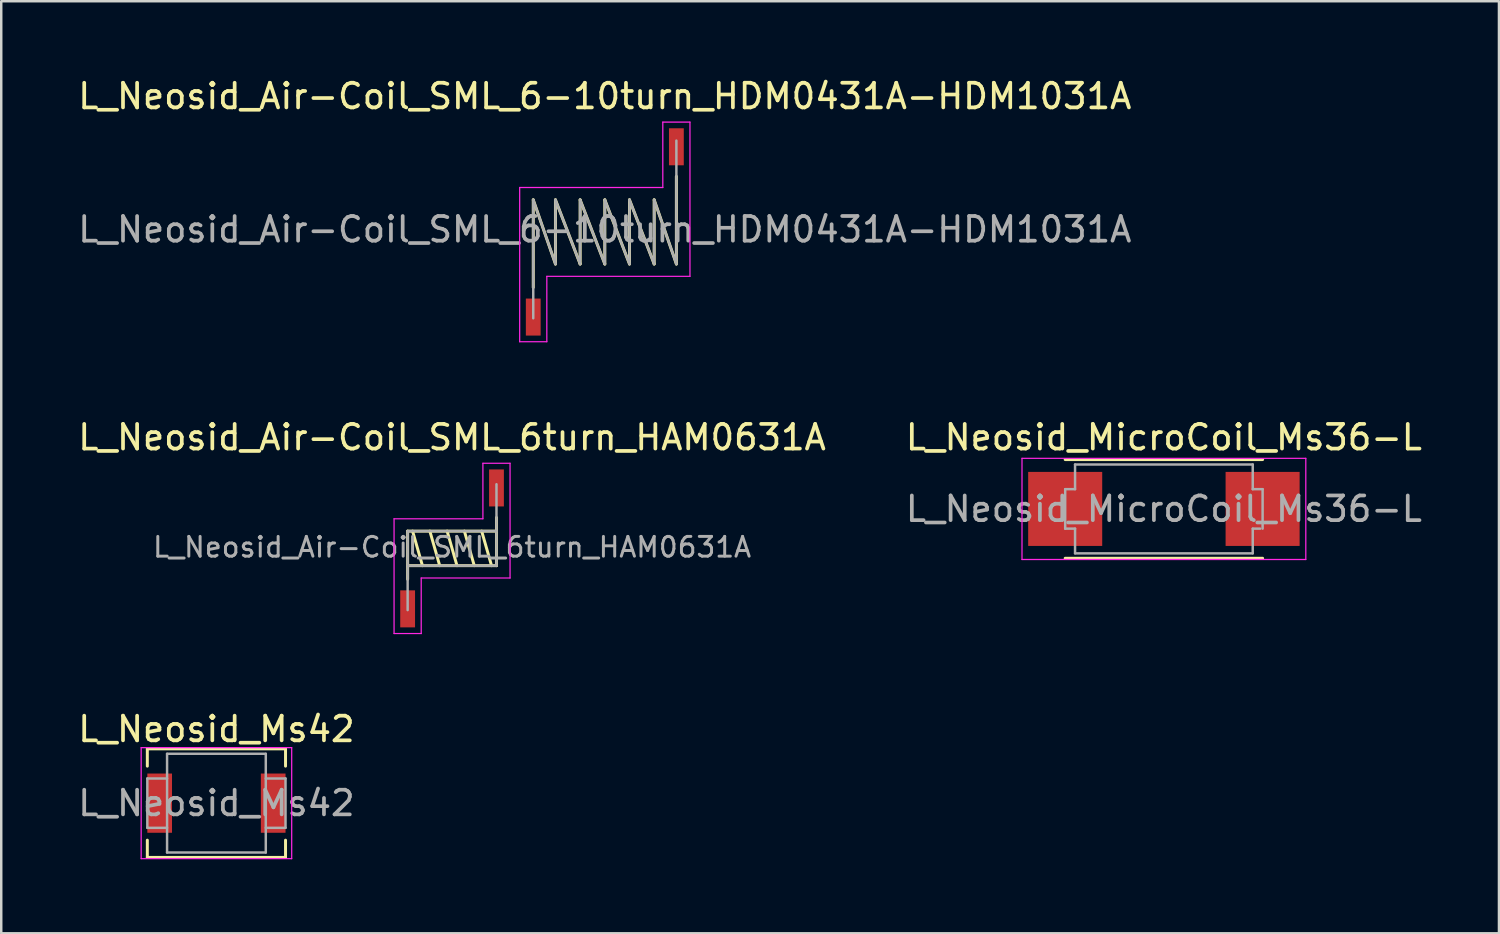
<source format=kicad_pcb>
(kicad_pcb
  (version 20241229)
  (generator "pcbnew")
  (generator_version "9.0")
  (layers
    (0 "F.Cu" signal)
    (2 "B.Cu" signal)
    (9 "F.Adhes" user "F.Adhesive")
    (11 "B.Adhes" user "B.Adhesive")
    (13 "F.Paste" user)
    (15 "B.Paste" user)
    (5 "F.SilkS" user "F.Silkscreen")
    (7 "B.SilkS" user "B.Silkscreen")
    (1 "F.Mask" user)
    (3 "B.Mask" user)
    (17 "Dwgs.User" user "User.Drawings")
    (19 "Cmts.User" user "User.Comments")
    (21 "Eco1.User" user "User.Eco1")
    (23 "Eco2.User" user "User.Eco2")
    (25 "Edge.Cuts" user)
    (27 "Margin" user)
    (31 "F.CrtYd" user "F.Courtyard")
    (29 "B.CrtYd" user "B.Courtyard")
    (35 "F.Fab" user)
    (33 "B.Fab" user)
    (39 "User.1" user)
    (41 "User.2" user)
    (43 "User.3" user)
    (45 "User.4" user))
  (footprint "L_Neosid_MicroCoil_Ms36-L"
    (layer "F.Cu")
    (at 44.113 17.572)
    (property "Reference" "L_Neosid_MicroCoil_Ms36-L" (at 0 -2.9 0) (layer "F.SilkS") (effects (font (size 1 1) (thickness 0.15))))
    (attr smd)
    (fp_line (start 4 -2) (end -4 -2) (stroke (width 0.12) (type solid)) (layer "F.SilkS"))
    (fp_line (start 4 2) (end -4 2) (stroke (width 0.12) (type solid)) (layer "F.SilkS"))
    (fp_line (start -5.75 -2.05) (end -5.75 2.05) (stroke (width 0.05) (type solid)) (layer "F.CrtYd"))
    (fp_line (start -5.75 -2.05) (end 5.75 -2.05) (stroke (width 0.05) (type solid)) (layer "F.CrtYd"))
    (fp_line (start 5.75 2.05) (end -5.75 2.05) (stroke (width 0.05) (type solid)) (layer "F.CrtYd"))
    (fp_line (start 5.75 2.05) (end 5.75 -2.05) (stroke (width 0.05) (type solid)) (layer "F.CrtYd"))
    (fp_line (start -4 -0.8) (end -3.6 -0.8) (stroke (width 0.1) (type solid)) (layer "F.Fab"))
    (fp_line (start -4 0.8) (end -4 -0.8) (stroke (width 0.1) (type solid)) (layer "F.Fab"))
    (fp_line (start -4 0.8) (end -3.6 0.8) (stroke (width 0.1) (type solid)) (layer "F.Fab"))
    (fp_line (start -3.6 -1.8) (end 3.6 -1.8) (stroke (width 0.1) (type solid)) (layer "F.Fab"))
    (fp_line (start -3.6 -0.8) (end -3.6 -1.8) (stroke (width 0.1) (type solid)) (layer "F.Fab"))
    (fp_line (start -3.6 1.8) (end -3.6 0.8) (stroke (width 0.1) (type solid)) (layer "F.Fab"))
    (fp_line (start 3.6 -0.8) (end 3.6 -1.8) (stroke (width 0.1) (type solid)) (layer "F.Fab"))
    (fp_line (start 3.6 0.8) (end 3.9 0.8) (stroke (width 0.1) (type solid)) (layer "F.Fab"))
    (fp_line (start 3.6 1.8) (end -3.6 1.8) (stroke (width 0.1) (type solid)) (layer "F.Fab"))
    (fp_line (start 3.6 1.8) (end 3.6 0.8) (stroke (width 0.1) (type solid)) (layer "F.Fab"))
    (fp_line (start 4 -0.8) (end 3.6 -0.8) (stroke (width 0.1) (type solid)) (layer "F.Fab"))
    (fp_line (start 4 -0.8) (end 4 0.8) (stroke (width 0.1) (type solid)) (layer "F.Fab"))
    (fp_text user "${REFERENCE}" (at 0 0 0) (layer "F.Fab") (effects (font (size 1 1) (thickness 0.15))))
    (pad "1" smd rect (at -4 0) (size 3 3) (layers "F.Cu" "F.Mask" "F.Paste"))
    (pad "2" smd rect (at 4 0) (size 3 3) (layers "F.Cu" "F.Mask" "F.Paste")))
  (footprint "L_Neosid_Air-Coil_SML_6turn_HAM0631A"
    (layer "F.Cu")
    (at 15.268 19.172)
    (property "Reference" "L_Neosid_Air-Coil_SML_6turn_HAM0631A" (at 0 -4.5 0) (layer "F.SilkS") (effects (font (size 1 1) (thickness 0.15))))
    (attr smd)
    (fp_line (start -1.8 -0.7) (end -1.8 1.25) (stroke (width 0.12) (type solid)) (layer "F.SilkS"))
    (fp_line (start -1.8 -0.7) (end 1.8 -0.7) (stroke (width 0.12) (type solid)) (layer "F.SilkS"))
    (fp_line (start -1.6 -0.7) (end -1.2 0.7) (stroke (width 0.12) (type solid)) (layer "F.SilkS"))
    (fp_line (start -0.9 -0.7) (end -0.5 0.7) (stroke (width 0.12) (type solid)) (layer "F.SilkS"))
    (fp_line (start -0.2 -0.7) (end 0.2 0.7) (stroke (width 0.12) (type solid)) (layer "F.SilkS"))
    (fp_line (start 0.5 -0.7) (end 0.9 0.7) (stroke (width 0.12) (type solid)) (layer "F.SilkS"))
    (fp_line (start 1.2 -0.7) (end 1.6 0.7) (stroke (width 0.12) (type solid)) (layer "F.SilkS"))
    (fp_line (start 1.8 0.7) (end -1.8 0.7) (stroke (width 0.12) (type solid)) (layer "F.SilkS"))
    (fp_line (start 1.8 0.7) (end 1.8 -1.25) (stroke (width 0.12) (type solid)) (layer "F.SilkS"))
    (fp_line (start -2.35 -1.2) (end -2.35 3.45) (stroke (width 0.05) (type solid)) (layer "F.CrtYd"))
    (fp_line (start -2.35 3.45) (end -1.25 3.45) (stroke (width 0.05) (type solid)) (layer "F.CrtYd"))
    (fp_line (start -1.25 1.2) (end 2.35 1.2) (stroke (width 0.05) (type solid)) (layer "F.CrtYd"))
    (fp_line (start -1.25 3.45) (end -1.25 1.2) (stroke (width 0.05) (type solid)) (layer "F.CrtYd"))
    (fp_line (start 1.25 -3.45) (end 1.25 -1.2) (stroke (width 0.05) (type solid)) (layer "F.CrtYd"))
    (fp_line (start 1.25 -1.2) (end -2.35 -1.2) (stroke (width 0.05) (type solid)) (layer "F.CrtYd"))
    (fp_line (start 2.35 -3.45) (end 1.25 -3.45) (stroke (width 0.05) (type solid)) (layer "F.CrtYd"))
    (fp_line (start 2.35 1.2) (end 2.35 -3.45) (stroke (width 0.05) (type solid)) (layer "F.CrtYd"))
    (fp_line (start -1.8 -0.7) (end 1.8 -0.7) (stroke (width 0.1) (type solid)) (layer "F.Fab"))
    (fp_line (start -1.8 0.7) (end 1.8 0.7) (stroke (width 0.1) (type solid)) (layer "F.Fab"))
    (fp_line (start -1.8 2.5) (end -1.8 -0.7) (stroke (width 0.1) (type solid)) (layer "F.Fab"))
    (fp_line (start 1.8 0.7) (end 1.8 -2.6) (stroke (width 0.1) (type solid)) (layer "F.Fab"))
    (fp_text user "${REFERENCE}" (at 0 -0.05 0) (layer "F.Fab") (effects (font (size 0.8 0.8) (thickness 0.12))))
    (pad "1" smd rect (at -1.8 2.45) (size 0.6 1.5) (layers "F.Cu" "F.Mask" "F.Paste"))
    (pad "2" smd rect (at 1.8 -2.45) (size 0.6 1.5) (layers "F.Cu" "F.Mask" "F.Paste")))
  (footprint "L_Neosid_Ms42"
    (layer "F.Cu")
    (at 5.72 29.495)
    (property "Reference" "L_Neosid_Ms42" (at 0 -3 0) (layer "F.SilkS") (effects (font (size 1 1) (thickness 0.15))))
    (attr smd)
    (fp_line (start -2.8 -2.2) (end -2.8 -1.5) (stroke (width 0.12) (type solid)) (layer "F.SilkS"))
    (fp_line (start -2.8 2.2) (end -2.8 1.5) (stroke (width 0.12) (type solid)) (layer "F.SilkS"))
    (fp_line (start 2.8 -2.2) (end -2.8 -2.2) (stroke (width 0.12) (type solid)) (layer "F.SilkS"))
    (fp_line (start 2.8 -2.2) (end 2.8 -1.5) (stroke (width 0.12) (type solid)) (layer "F.SilkS"))
    (fp_line (start 2.8 1.5) (end 2.8 2.2) (stroke (width 0.12) (type solid)) (layer "F.SilkS"))
    (fp_line (start 2.8 2.2) (end -2.8 2.2) (stroke (width 0.12) (type solid)) (layer "F.SilkS"))
    (fp_line (start -3.05 -2.25) (end -3.05 2.25) (stroke (width 0.05) (type solid)) (layer "F.CrtYd"))
    (fp_line (start -3.05 -2.25) (end 3.05 -2.25) (stroke (width 0.05) (type solid)) (layer "F.CrtYd"))
    (fp_line (start 3.05 2.25) (end -3.05 2.25) (stroke (width 0.05) (type solid)) (layer "F.CrtYd"))
    (fp_line (start 3.05 2.25) (end 3.05 -2.25) (stroke (width 0.05) (type solid)) (layer "F.CrtYd"))
    (fp_line (start -2.8 -1) (end -2 -1) (stroke (width 0.1) (type solid)) (layer "F.Fab"))
    (fp_line (start -2.8 1) (end -2.8 -1) (stroke (width 0.1) (type solid)) (layer "F.Fab"))
    (fp_line (start -2 -2) (end 2 -2) (stroke (width 0.1) (type solid)) (layer "F.Fab"))
    (fp_line (start -2 1) (end -2.8 1) (stroke (width 0.1) (type solid)) (layer "F.Fab"))
    (fp_line (start -2 2) (end -2 -2) (stroke (width 0.1) (type solid)) (layer "F.Fab"))
    (fp_line (start 2 -2) (end 2 2) (stroke (width 0.1) (type solid)) (layer "F.Fab"))
    (fp_line (start 2 -1) (end 2.8 -1) (stroke (width 0.1) (type solid)) (layer "F.Fab"))
    (fp_line (start 2 2) (end -2 2) (stroke (width 0.1) (type solid)) (layer "F.Fab"))
    (fp_line (start 2.8 -1) (end 2.8 1) (stroke (width 0.1) (type solid)) (layer "F.Fab"))
    (fp_line (start 2.8 1) (end 2 1) (stroke (width 0.1) (type solid)) (layer "F.Fab"))
    (fp_text user "${REFERENCE}" (at 0 0 0) (layer "F.Fab") (effects (font (size 1 1) (thickness 0.15))))
    (pad "1" smd rect (at -2.3 0) (size 1 2.4) (layers "F.Cu" "F.Mask" "F.Paste"))
    (pad "2" smd rect (at 2.3 0) (size 1 2.4) (layers "F.Cu" "F.Mask" "F.Paste")))
  (footprint "L_Neosid_Air-Coil_SML_6-10turn_HDM0431A-HDM1031A"
    (layer "F.Cu")
    (at 21.458 6.348)
    (property "Reference" "L_Neosid_Air-Coil_SML_6-10turn_HDM0431A-HDM1031A" (at 0 -5.5 0) (layer "F.SilkS") (effects (font (size 1 1) (thickness 0.15))))
    (attr smd)
    (fp_line (start -2.9 -1.3) (end -2.9 2.25) (stroke (width 0.12) (type solid)) (layer "F.SilkS"))
    (fp_line (start -2.9 -1.3) (end -2 1.3) (stroke (width 0.12) (type solid)) (layer "F.SilkS"))
    (fp_line (start -2 -1.3) (end -2 1.3) (stroke (width 0.12) (type solid)) (layer "F.SilkS"))
    (fp_line (start -2 -1.3) (end -1 1.3) (stroke (width 0.12) (type solid)) (layer "F.SilkS"))
    (fp_line (start -1 -1.3) (end -1 1.3) (stroke (width 0.12) (type solid)) (layer "F.SilkS"))
    (fp_line (start -1 -1.3) (end 0 1.3) (stroke (width 0.12) (type solid)) (layer "F.SilkS"))
    (fp_line (start 0 -1.3) (end 0 1.3) (stroke (width 0.12) (type solid)) (layer "F.SilkS"))
    (fp_line (start 0 -1.3) (end 1 1.3) (stroke (width 0.12) (type solid)) (layer "F.SilkS"))
    (fp_line (start 1 -1.3) (end 1 1.3) (stroke (width 0.12) (type solid)) (layer "F.SilkS"))
    (fp_line (start 1 -1.3) (end 2 1.3) (stroke (width 0.12) (type solid)) (layer "F.SilkS"))
    (fp_line (start 2 -1.3) (end 2 1.3) (stroke (width 0.12) (type solid)) (layer "F.SilkS"))
    (fp_line (start 2 -1.3) (end 2.9 1.3) (stroke (width 0.12) (type solid)) (layer "F.SilkS"))
    (fp_line (start 2.9 1.3) (end 2.9 -2.25) (stroke (width 0.12) (type solid)) (layer "F.SilkS"))
    (fp_line (start -3.45 -1.8) (end -3.45 4.45) (stroke (width 0.05) (type solid)) (layer "F.CrtYd"))
    (fp_line (start -3.45 4.45) (end -2.35 4.45) (stroke (width 0.05) (type solid)) (layer "F.CrtYd"))
    (fp_line (start -2.35 1.8) (end 3.45 1.8) (stroke (width 0.05) (type solid)) (layer "F.CrtYd"))
    (fp_line (start -2.35 4.45) (end -2.35 1.8) (stroke (width 0.05) (type solid)) (layer "F.CrtYd"))
    (fp_line (start 2.35 -4.45) (end 2.35 -1.8) (stroke (width 0.05) (type solid)) (layer "F.CrtYd"))
    (fp_line (start 2.35 -1.8) (end -3.45 -1.8) (stroke (width 0.05) (type solid)) (layer "F.CrtYd"))
    (fp_line (start 3.45 -4.45) (end 2.35 -4.45) (stroke (width 0.05) (type solid)) (layer "F.CrtYd"))
    (fp_line (start 3.45 1.8) (end 3.45 -4.45) (stroke (width 0.05) (type solid)) (layer "F.CrtYd"))
    (fp_line (start -2.9 -1.3) (end -2 1.3) (stroke (width 0.1) (type solid)) (layer "F.Fab"))
    (fp_line (start -2.9 3.5) (end -2.9 -1.3) (stroke (width 0.1) (type solid)) (layer "F.Fab"))
    (fp_line (start -2 -1.3) (end -1 1.3) (stroke (width 0.1) (type solid)) (layer "F.Fab"))
    (fp_line (start -2 1.3) (end -2 -1.3) (stroke (width 0.1) (type solid)) (layer "F.Fab"))
    (fp_line (start -1 -1.3) (end 0 1.3) (stroke (width 0.1) (type solid)) (layer "F.Fab"))
    (fp_line (start -1 1.3) (end -1 -1.3) (stroke (width 0.1) (type solid)) (layer "F.Fab"))
    (fp_line (start 0 -1.3) (end 1 1.3) (stroke (width 0.1) (type solid)) (layer "F.Fab"))
    (fp_line (start 0 1.3) (end 0 -1.3) (stroke (width 0.1) (type solid)) (layer "F.Fab"))
    (fp_line (start 1 -1.3) (end 2 1.3) (stroke (width 0.1) (type solid)) (layer "F.Fab"))
    (fp_line (start 1 1.3) (end 1 -1.3) (stroke (width 0.1) (type solid)) (layer "F.Fab"))
    (fp_line (start 2 -1.3) (end 2.9 1.3) (stroke (width 0.1) (type solid)) (layer "F.Fab"))
    (fp_line (start 2 1.3) (end 2 -1.3) (stroke (width 0.1) (type solid)) (layer "F.Fab"))
    (fp_line (start 2.9 1.3) (end 2.9 -3.7) (stroke (width 0.1) (type solid)) (layer "F.Fab"))
    (fp_text user "${REFERENCE}" (at 0 -0.1 0) (layer "F.Fab") (effects (font (size 1 1) (thickness 0.15))))
    (pad "1" smd rect (at -2.9 3.45) (size 0.6 1.5) (layers "F.Cu" "F.Mask" "F.Paste"))
    (pad "2" smd rect (at 2.9 -3.45) (size 0.6 1.5) (layers "F.Cu" "F.Mask" "F.Paste")))
  (gr_rect
    (start -3 -3)
    (end 57.69 34.77)
    (stroke (width 0.1) (type default))
    (fill no)
    (layer "Edge.Cuts")))
</source>
